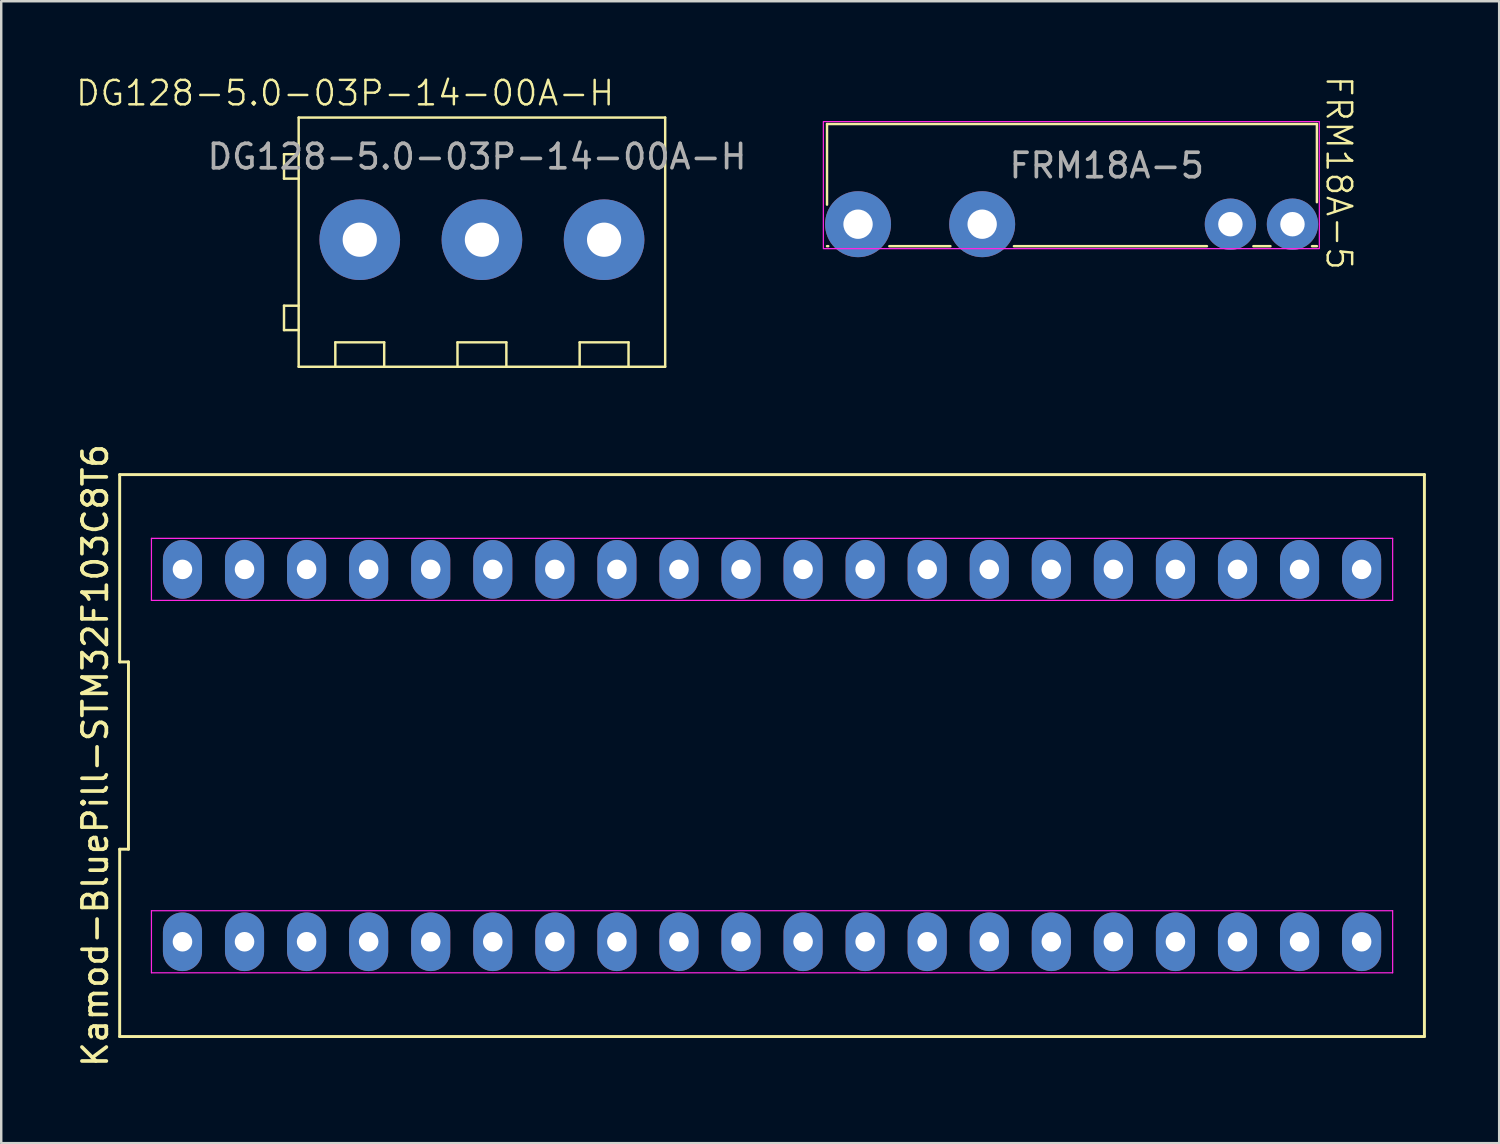
<source format=kicad_pcb>
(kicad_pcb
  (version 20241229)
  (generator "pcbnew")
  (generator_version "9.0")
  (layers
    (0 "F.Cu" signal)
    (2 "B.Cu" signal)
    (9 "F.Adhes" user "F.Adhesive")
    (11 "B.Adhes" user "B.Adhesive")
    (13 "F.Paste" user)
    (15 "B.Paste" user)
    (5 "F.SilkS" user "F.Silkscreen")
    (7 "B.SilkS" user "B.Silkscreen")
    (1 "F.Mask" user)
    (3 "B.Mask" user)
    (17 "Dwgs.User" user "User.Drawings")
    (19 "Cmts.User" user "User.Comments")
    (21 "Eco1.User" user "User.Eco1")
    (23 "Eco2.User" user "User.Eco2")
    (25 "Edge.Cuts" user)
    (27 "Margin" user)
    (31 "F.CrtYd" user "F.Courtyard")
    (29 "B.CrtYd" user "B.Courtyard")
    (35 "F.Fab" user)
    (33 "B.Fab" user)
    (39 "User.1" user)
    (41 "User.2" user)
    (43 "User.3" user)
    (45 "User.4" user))
  (footprint "FRM18A-5"
    (layer "F.Cu")
    (at 49.848 6.126)
    (property "Reference" "FRM18A-5" (at 1.9 -2.1 270) (unlocked yes) (layer "F.SilkS") (effects (font (size 1 1) (thickness 0.1))))
    (attr through_hole)
    (fp_line (start -19.05 -4.1) (end -19.05 -0.8) (stroke (width 0.1) (type default)) (layer "F.SilkS"))
    (fp_line (start -19.05 -4.1) (end 1 -4.1) (stroke (width 0.1) (type default)) (layer "F.SilkS"))
    (fp_line (start -19.05 0.9) (end -19 0.9) (stroke (width 0.1) (type default)) (layer "F.SilkS"))
    (fp_line (start -14 0.9) (end -16.5 0.9) (stroke (width 0.1) (type default)) (layer "F.SilkS"))
    (fp_line (start -11.4 0.9) (end -3.5 0.9) (stroke (width 0.1) (type default)) (layer "F.SilkS"))
    (fp_line (start -1.6 0.9) (end -0.9 0.9) (stroke (width 0.1) (type default)) (layer "F.SilkS"))
    (fp_line (start 1 -0.9) (end 1 -4.1) (stroke (width 0.1) (type default)) (layer "F.SilkS"))
    (fp_line (start 1 0.9) (end 0.8 0.9) (stroke (width 0.1) (type default)) (layer "F.SilkS"))
    (fp_rect (start -19.2 -4.2) (end 1.1 1) (stroke (width 0.05) (type default)) (fill no) (layer "F.CrtYd"))
    (fp_text user "${REFERENCE}" (at -7.6 -2.4 0) (unlocked yes) (layer "F.Fab") (effects (font (size 1 1) (thickness 0.15))))
    (pad "13" thru_hole circle (at -12.7 0) (size 2.7 2.7) (drill 1.2) (layers "*.Cu" "*.Mask"))
    (pad "14" thru_hole circle (at -17.78 0) (size 2.7 2.7) (drill 1.2) (layers "*.Cu" "*.Mask"))
    (pad "A1" thru_hole circle (at 0 0) (size 2.1 2.1) (drill 1) (layers "*.Cu" "*.Mask"))
    (pad "A2" thru_hole circle (at -2.54 0) (size 2.1 2.1) (drill 1) (layers "*.Cu" "*.Mask")))
  (footprint "DG128-5.0-03P-14-00A-H"
    (layer "F.Cu")
    (at 11.674 6.761)
    (property "Reference" "DG128-5.0-03P-14-00A-H" (at -0.6 -6 0) (unlocked yes) (layer "F.SilkS") (effects (font (size 1 1) (thickness 0.1))))
    (attr through_hole)
    (fp_line (start -3.1 -3.5) (end -3.1 -2.5) (stroke (width 0.1) (type default)) (layer "F.SilkS"))
    (fp_line (start -3.1 -2.5) (end -2.5 -2.5) (stroke (width 0.1) (type default)) (layer "F.SilkS"))
    (fp_line (start -3.1 2.7) (end -3.1 3.7) (stroke (width 0.1) (type default)) (layer "F.SilkS"))
    (fp_line (start -3.1 3.7) (end -2.5 3.7) (stroke (width 0.1) (type default)) (layer "F.SilkS"))
    (fp_line (start -2.5 -5) (end 12.5 -5) (stroke (width 0.1) (type default)) (layer "F.SilkS"))
    (fp_line (start -2.5 -3.5) (end -3.1 -3.5) (stroke (width 0.1) (type default)) (layer "F.SilkS"))
    (fp_line (start -2.5 2.7) (end -3.1 2.7) (stroke (width 0.1) (type default)) (layer "F.SilkS"))
    (fp_line (start -2.5 5.2) (end -2.5 -5) (stroke (width 0.1) (type default)) (layer "F.SilkS"))
    (fp_line (start -1 4.2) (end 1 4.2) (stroke (width 0.1) (type default)) (layer "F.SilkS"))
    (fp_line (start -1 5.2) (end -1 4.2) (stroke (width 0.1) (type default)) (layer "F.SilkS"))
    (fp_line (start 1 4.2) (end 1 5.2) (stroke (width 0.1) (type default)) (layer "F.SilkS"))
    (fp_line (start 4 4.2) (end 6 4.2) (stroke (width 0.1) (type default)) (layer "F.SilkS"))
    (fp_line (start 4 5.2) (end 4 4.2) (stroke (width 0.1) (type default)) (layer "F.SilkS"))
    (fp_line (start 6 4.2) (end 6 5.2) (stroke (width 0.1) (type default)) (layer "F.SilkS"))
    (fp_line (start 9 4.2) (end 11 4.2) (stroke (width 0.1) (type default)) (layer "F.SilkS"))
    (fp_line (start 9 5.2) (end 9 4.2) (stroke (width 0.1) (type default)) (layer "F.SilkS"))
    (fp_line (start 11 4.2) (end 11 5.2) (stroke (width 0.1) (type default)) (layer "F.SilkS"))
    (fp_line (start 12.5 -5) (end 12.5 5.2) (stroke (width 0.1) (type default)) (layer "F.SilkS"))
    (fp_line (start 12.5 5.2) (end -2.5 5.2) (stroke (width 0.1) (type default)) (layer "F.SilkS"))
    (fp_text user "${REFERENCE}" (at 4.8 -3.4 0) (unlocked yes) (layer "F.Fab") (effects (font (size 1 1) (thickness 0.15))))
    (pad "1" thru_hole circle (at 0 0) (size 3.3 3.3) (drill 1.4) (layers "*.Cu" "*.Mask"))
    (pad "2" thru_hole circle (at 5 0) (size 3.3 3.3) (drill 1.4) (layers "*.Cu" "*.Mask"))
    (pad "3" thru_hole circle (at 10 0) (size 3.3 3.3) (drill 1.4) (layers "*.Cu" "*.Mask")))
  (footprint "Kamod-BluePill-STM32F103C8T6"
    (layer "F.Cu")
    (at 28.548 27.874)
    (property "Reference" "Kamod-BluePill-STM32F103C8T6" (at -27.7 0 90) (layer "F.SilkS") (effects (font (size 1 1) (thickness 0.15))))
    (attr through_hole)
    (fp_line (start -26.7 -11.5) (end -26.7 -3.833) (stroke (width 0.12) (type default)) (layer "F.SilkS"))
    (fp_line (start -26.7 -3.833) (end -26.34 -3.833) (stroke (width 0.12) (type default)) (layer "F.SilkS"))
    (fp_line (start -26.7 3.833) (end -26.7 11.5) (stroke (width 0.12) (type default)) (layer "F.SilkS"))
    (fp_line (start -26.7 11.5) (end 26.7 11.5) (stroke (width 0.12) (type default)) (layer "F.SilkS"))
    (fp_line (start -26.34 -3.833) (end -26.34 3.833) (stroke (width 0.12) (type default)) (layer "F.SilkS"))
    (fp_line (start -26.34 3.833) (end -26.7 3.833) (stroke (width 0.12) (type default)) (layer "F.SilkS"))
    (fp_line (start 26.7 -11.5) (end -26.7 -11.5) (stroke (width 0.12) (type default)) (layer "F.SilkS"))
    (fp_line (start 26.7 11.5) (end 26.7 -11.5) (stroke (width 0.12) (type default)) (layer "F.SilkS"))
    (fp_line (start -25.4 -8.89) (end 25.4 -8.89) (stroke (width 0.05) (type default)) (layer "F.CrtYd"))
    (fp_line (start -25.4 -6.35) (end -25.4 -8.89) (stroke (width 0.05) (type default)) (layer "F.CrtYd"))
    (fp_line (start -25.4 6.35) (end 25.4 6.35) (stroke (width 0.05) (type default)) (layer "F.CrtYd"))
    (fp_line (start -25.4 8.89) (end -25.4 6.35) (stroke (width 0.05) (type default)) (layer "F.CrtYd"))
    (fp_line (start 25.4 -8.89) (end 25.4 -6.35) (stroke (width 0.05) (type default)) (layer "F.CrtYd"))
    (fp_line (start 25.4 -6.35) (end -25.4 -6.35) (stroke (width 0.05) (type default)) (layer "F.CrtYd"))
    (fp_line (start 25.4 6.35) (end 25.4 8.89) (stroke (width 0.05) (type default)) (layer "F.CrtYd"))
    (fp_line (start 25.4 8.89) (end -25.4 8.89) (stroke (width 0.05) (type default)) (layer "F.CrtYd"))
    (pad "1" thru_hole oval (at -24.13 7.62) (size 1.6 2.4) (drill 0.8) (layers "*.Cu" "*.Mask"))
    (pad "2" thru_hole oval (at -21.59 7.62) (size 1.6 2.4) (drill 0.8) (layers "*.Cu" "*.Mask"))
    (pad "3" thru_hole oval (at -19.05 7.62) (size 1.6 2.4) (drill 0.8) (layers "*.Cu" "*.Mask"))
    (pad "4" thru_hole oval (at -16.51 7.62) (size 1.6 2.4) (drill 0.8) (layers "*.Cu" "*.Mask"))
    (pad "5" thru_hole oval (at -13.97 7.62) (size 1.6 2.4) (drill 0.8) (layers "*.Cu" "*.Mask"))
    (pad "6" thru_hole oval (at -11.43 7.62) (size 1.6 2.4) (drill 0.8) (layers "*.Cu" "*.Mask"))
    (pad "7" thru_hole oval (at -8.89 7.62) (size 1.6 2.4) (drill 0.8) (layers "*.Cu" "*.Mask"))
    (pad "8" thru_hole oval (at -6.35 7.62) (size 1.6 2.4) (drill 0.8) (layers "*.Cu" "*.Mask"))
    (pad "9" thru_hole oval (at -3.81 7.62) (size 1.6 2.4) (drill 0.8) (layers "*.Cu" "*.Mask"))
    (pad "10" thru_hole oval (at -1.27 7.62) (size 1.6 2.4) (drill 0.8) (layers "*.Cu" "*.Mask"))
    (pad "11" thru_hole oval (at 1.27 7.62) (size 1.6 2.4) (drill 0.8) (layers "*.Cu" "*.Mask"))
    (pad "12" thru_hole oval (at 3.81 7.62) (size 1.6 2.4) (drill 0.8) (layers "*.Cu" "*.Mask"))
    (pad "13" thru_hole oval (at 6.35 7.62) (size 1.6 2.4) (drill 0.8) (layers "*.Cu" "*.Mask"))
    (pad "14" thru_hole oval (at 8.89 7.62) (size 1.6 2.4) (drill 0.8) (layers "*.Cu" "*.Mask"))
    (pad "15" thru_hole oval (at 11.43 7.62) (size 1.6 2.4) (drill 0.8) (layers "*.Cu" "*.Mask"))
    (pad "16" thru_hole oval (at 13.97 7.62) (size 1.6 2.4) (drill 0.8) (layers "*.Cu" "*.Mask"))
    (pad "17" thru_hole oval (at 16.51 7.62) (size 1.6 2.4) (drill 0.8) (layers "*.Cu" "*.Mask"))
    (pad "18" thru_hole oval (at 19.05 7.62) (size 1.6 2.4) (drill 0.8) (layers "*.Cu" "*.Mask"))
    (pad "19" thru_hole oval (at 21.59 7.62) (size 1.6 2.4) (drill 0.8) (layers "*.Cu" "*.Mask"))
    (pad "20" thru_hole oval (at 24.13 7.62) (size 1.6 2.4) (drill 0.8) (layers "*.Cu" "*.Mask"))
    (pad "21" thru_hole oval (at 24.13 -7.62) (size 1.6 2.4) (drill 0.8) (layers "*.Cu" "*.Mask"))
    (pad "22" thru_hole oval (at 21.59 -7.62) (size 1.6 2.4) (drill 0.8) (layers "*.Cu" "*.Mask"))
    (pad "23" thru_hole oval (at 19.05 -7.62) (size 1.6 2.4) (drill 0.8) (layers "*.Cu" "*.Mask"))
    (pad "24" thru_hole oval (at 16.51 -7.62) (size 1.6 2.4) (drill 0.8) (layers "*.Cu" "*.Mask"))
    (pad "25" thru_hole oval (at 13.97 -7.62) (size 1.6 2.4) (drill 0.8) (layers "*.Cu" "*.Mask"))
    (pad "26" thru_hole oval (at 11.43 -7.62) (size 1.6 2.4) (drill 0.8) (layers "*.Cu" "*.Mask"))
    (pad "27" thru_hole oval (at 8.89 -7.62) (size 1.6 2.4) (drill 0.8) (layers "*.Cu" "*.Mask"))
    (pad "28" thru_hole oval (at 6.35 -7.62) (size 1.6 2.4) (drill 0.8) (layers "*.Cu" "*.Mask"))
    (pad "29" thru_hole oval (at 3.81 -7.62) (size 1.6 2.4) (drill 0.8) (layers "*.Cu" "*.Mask"))
    (pad "30" thru_hole oval (at 1.27 -7.62) (size 1.6 2.4) (drill 0.8) (layers "*.Cu" "*.Mask"))
    (pad "31" thru_hole oval (at -1.27 -7.62) (size 1.6 2.4) (drill 0.8) (layers "*.Cu" "*.Mask"))
    (pad "32" thru_hole oval (at -3.81 -7.62) (size 1.6 2.4) (drill 0.8) (layers "*.Cu" "*.Mask"))
    (pad "33" thru_hole oval (at -6.35 -7.62) (size 1.6 2.4) (drill 0.8) (layers "*.Cu" "*.Mask"))
    (pad "34" thru_hole oval (at -8.89 -7.62) (size 1.6 2.4) (drill 0.8) (layers "*.Cu" "*.Mask"))
    (pad "35" thru_hole oval (at -11.43 -7.62) (size 1.6 2.4) (drill 0.8) (layers "*.Cu" "*.Mask"))
    (pad "36" thru_hole oval (at -13.97 -7.62) (size 1.6 2.4) (drill 0.8) (layers "*.Cu" "*.Mask"))
    (pad "37" thru_hole oval (at -16.51 -7.62) (size 1.6 2.4) (drill 0.8) (layers "*.Cu" "*.Mask"))
    (pad "38" thru_hole oval (at -19.05 -7.62) (size 1.6 2.4) (drill 0.8) (layers "*.Cu" "*.Mask"))
    (pad "39" thru_hole oval (at -21.59 -7.62) (size 1.6 2.4) (drill 0.8) (layers "*.Cu" "*.Mask"))
    (pad "40" thru_hole oval (at -24.13 -7.62) (size 1.6 2.4) (drill 0.8) (layers "*.Cu" "*.Mask")))
  (gr_rect
    (start -3 -3)
    (end 58.308 43.737)
    (stroke (width 0.1) (type default))
    (fill no)
    (layer "Edge.Cuts")))
</source>
